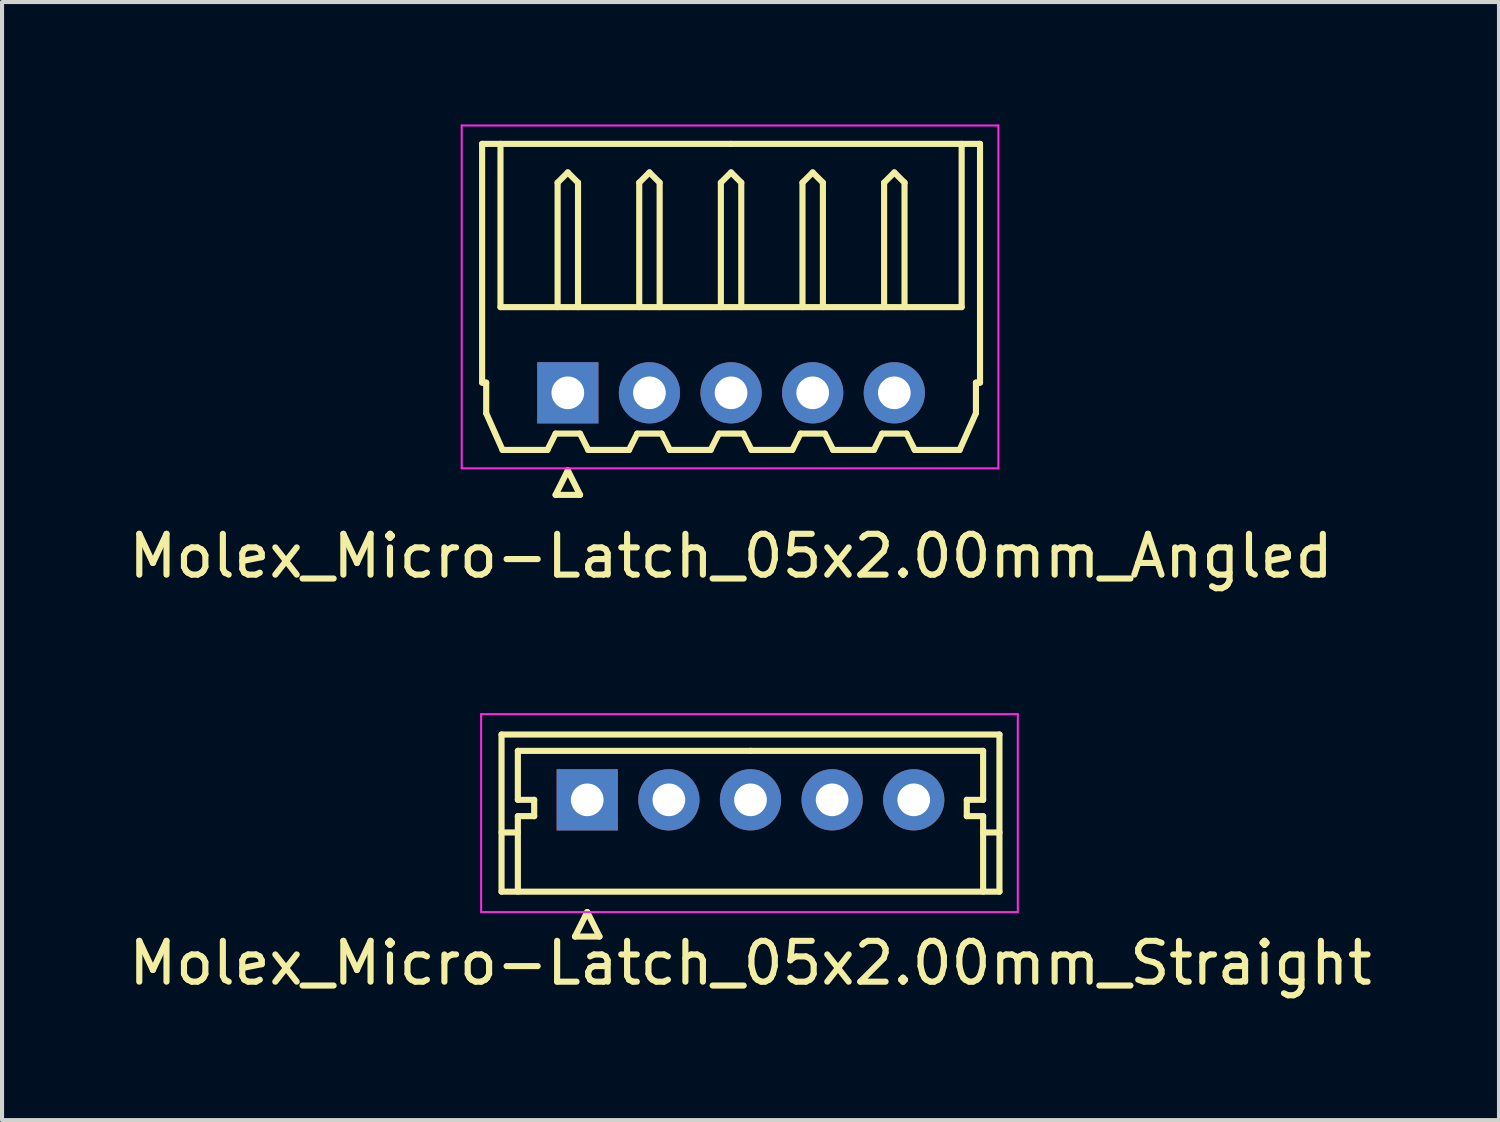
<source format=kicad_pcb>
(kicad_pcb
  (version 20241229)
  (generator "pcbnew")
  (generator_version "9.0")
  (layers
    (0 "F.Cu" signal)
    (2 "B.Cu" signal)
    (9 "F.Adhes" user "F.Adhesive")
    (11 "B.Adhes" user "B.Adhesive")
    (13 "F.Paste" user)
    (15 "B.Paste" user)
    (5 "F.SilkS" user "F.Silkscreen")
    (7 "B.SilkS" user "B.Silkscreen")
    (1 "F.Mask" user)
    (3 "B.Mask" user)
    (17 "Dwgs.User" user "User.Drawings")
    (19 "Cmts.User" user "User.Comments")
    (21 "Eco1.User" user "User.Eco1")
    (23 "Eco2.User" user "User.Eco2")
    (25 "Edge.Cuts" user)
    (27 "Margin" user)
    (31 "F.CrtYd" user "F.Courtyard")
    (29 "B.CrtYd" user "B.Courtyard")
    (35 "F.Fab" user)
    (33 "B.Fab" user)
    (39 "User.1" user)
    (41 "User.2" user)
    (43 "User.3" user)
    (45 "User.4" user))
  (footprint "Molex_Micro-Latch_05x2.00mm_Angled"
    (layer "F.Cu")
    (at 10.863 6.575)
    (property "Reference" "Molex_Micro-Latch_05x2.00mm_Angled" (at 4 4 0) (layer "F.SilkS") (effects (font (size 1 1) (thickness 0.15))))
    (attr through_hole)
    (fp_line (start -2.1 -6.1) (end 4 -6.1) (stroke (width 0.15) (type solid)) (layer "F.SilkS"))
    (fp_line (start -2.1 -0.25) (end -2.1 -6.1) (stroke (width 0.15) (type solid)) (layer "F.SilkS"))
    (fp_line (start -2 -0.25) (end -2.1 -0.25) (stroke (width 0.15) (type solid)) (layer "F.SilkS"))
    (fp_line (start -2 0.5) (end -2 -0.25) (stroke (width 0.15) (type solid)) (layer "F.SilkS"))
    (fp_line (start -1.65 -6.1) (end -1.65 -2.1) (stroke (width 0.15) (type solid)) (layer "F.SilkS"))
    (fp_line (start -1.65 -2.1) (end 9.65 -2.1) (stroke (width 0.15) (type solid)) (layer "F.SilkS"))
    (fp_line (start -1.6 1.4) (end -2 0.5) (stroke (width 0.15) (type solid)) (layer "F.SilkS"))
    (fp_line (start -0.5 1.4) (end -1.6 1.4) (stroke (width 0.15) (type solid)) (layer "F.SilkS"))
    (fp_line (start -0.3 1) (end -0.5 1.4) (stroke (width 0.15) (type solid)) (layer "F.SilkS"))
    (fp_line (start -0.3 1) (end 0.3 1) (stroke (width 0.15) (type solid)) (layer "F.SilkS"))
    (fp_line (start -0.3 2.5) (end 0.3 2.5) (stroke (width 0.15) (type solid)) (layer "F.SilkS"))
    (fp_line (start -0.25 -5.15) (end 0 -5.4) (stroke (width 0.15) (type solid)) (layer "F.SilkS"))
    (fp_line (start -0.25 -2.1) (end -0.25 -5.15) (stroke (width 0.15) (type solid)) (layer "F.SilkS"))
    (fp_line (start 0 -5.4) (end 0.25 -5.15) (stroke (width 0.15) (type solid)) (layer "F.SilkS"))
    (fp_line (start 0 1.9) (end -0.3 2.5) (stroke (width 0.15) (type solid)) (layer "F.SilkS"))
    (fp_line (start 0.25 -5.15) (end 0.25 -2.1) (stroke (width 0.15) (type solid)) (layer "F.SilkS"))
    (fp_line (start 0.3 1) (end 0.5 1.4) (stroke (width 0.15) (type solid)) (layer "F.SilkS"))
    (fp_line (start 0.3 2.5) (end 0 1.9) (stroke (width 0.15) (type solid)) (layer "F.SilkS"))
    (fp_line (start 0.5 1.4) (end 1.5 1.4) (stroke (width 0.15) (type solid)) (layer "F.SilkS"))
    (fp_line (start 1.5 1.4) (end 1.7 1) (stroke (width 0.15) (type solid)) (layer "F.SilkS"))
    (fp_line (start 1.7 1) (end 2.3 1) (stroke (width 0.15) (type solid)) (layer "F.SilkS"))
    (fp_line (start 1.75 -5.15) (end 2 -5.4) (stroke (width 0.15) (type solid)) (layer "F.SilkS"))
    (fp_line (start 1.75 -2.1) (end 1.75 -5.15) (stroke (width 0.15) (type solid)) (layer "F.SilkS"))
    (fp_line (start 2 -5.4) (end 2.25 -5.15) (stroke (width 0.15) (type solid)) (layer "F.SilkS"))
    (fp_line (start 2.25 -5.15) (end 2.25 -2.1) (stroke (width 0.15) (type solid)) (layer "F.SilkS"))
    (fp_line (start 2.3 1) (end 2.5 1.4) (stroke (width 0.15) (type solid)) (layer "F.SilkS"))
    (fp_line (start 2.5 1.4) (end 3.5 1.4) (stroke (width 0.15) (type solid)) (layer "F.SilkS"))
    (fp_line (start 3.5 1.4) (end 3.7 1) (stroke (width 0.15) (type solid)) (layer "F.SilkS"))
    (fp_line (start 3.7 1) (end 4.3 1) (stroke (width 0.15) (type solid)) (layer "F.SilkS"))
    (fp_line (start 3.75 -5.15) (end 4 -5.4) (stroke (width 0.15) (type solid)) (layer "F.SilkS"))
    (fp_line (start 3.75 -2.1) (end 3.75 -5.15) (stroke (width 0.15) (type solid)) (layer "F.SilkS"))
    (fp_line (start 4 -5.4) (end 4.25 -5.15) (stroke (width 0.15) (type solid)) (layer "F.SilkS"))
    (fp_line (start 4.25 -5.15) (end 4.25 -2.1) (stroke (width 0.15) (type solid)) (layer "F.SilkS"))
    (fp_line (start 4.3 1) (end 4.5 1.4) (stroke (width 0.15) (type solid)) (layer "F.SilkS"))
    (fp_line (start 4.5 1.4) (end 5.5 1.4) (stroke (width 0.15) (type solid)) (layer "F.SilkS"))
    (fp_line (start 5.5 1.4) (end 5.7 1) (stroke (width 0.15) (type solid)) (layer "F.SilkS"))
    (fp_line (start 5.7 1) (end 6.3 1) (stroke (width 0.15) (type solid)) (layer "F.SilkS"))
    (fp_line (start 5.75 -5.15) (end 6 -5.4) (stroke (width 0.15) (type solid)) (layer "F.SilkS"))
    (fp_line (start 5.75 -2.1) (end 5.75 -5.15) (stroke (width 0.15) (type solid)) (layer "F.SilkS"))
    (fp_line (start 6 -5.4) (end 6.25 -5.15) (stroke (width 0.15) (type solid)) (layer "F.SilkS"))
    (fp_line (start 6.25 -5.15) (end 6.25 -2.1) (stroke (width 0.15) (type solid)) (layer "F.SilkS"))
    (fp_line (start 6.3 1) (end 6.5 1.4) (stroke (width 0.15) (type solid)) (layer "F.SilkS"))
    (fp_line (start 6.5 1.4) (end 7.5 1.4) (stroke (width 0.15) (type solid)) (layer "F.SilkS"))
    (fp_line (start 7.5 1.4) (end 7.7 1) (stroke (width 0.15) (type solid)) (layer "F.SilkS"))
    (fp_line (start 7.7 1) (end 8.3 1) (stroke (width 0.15) (type solid)) (layer "F.SilkS"))
    (fp_line (start 7.75 -5.15) (end 8 -5.4) (stroke (width 0.15) (type solid)) (layer "F.SilkS"))
    (fp_line (start 7.75 -2.1) (end 7.75 -5.15) (stroke (width 0.15) (type solid)) (layer "F.SilkS"))
    (fp_line (start 8 -5.4) (end 8.25 -5.15) (stroke (width 0.15) (type solid)) (layer "F.SilkS"))
    (fp_line (start 8.25 -5.15) (end 8.25 -2.1) (stroke (width 0.15) (type solid)) (layer "F.SilkS"))
    (fp_line (start 8.3 1) (end 8.5 1.4) (stroke (width 0.15) (type solid)) (layer "F.SilkS"))
    (fp_line (start 8.5 1.4) (end 9.6 1.4) (stroke (width 0.15) (type solid)) (layer "F.SilkS"))
    (fp_line (start 9.6 1.4) (end 10 0.5) (stroke (width 0.15) (type solid)) (layer "F.SilkS"))
    (fp_line (start 9.65 -2.1) (end 9.65 -6.1) (stroke (width 0.15) (type solid)) (layer "F.SilkS"))
    (fp_line (start 10 -0.25) (end 10.1 -0.25) (stroke (width 0.15) (type solid)) (layer "F.SilkS"))
    (fp_line (start 10 0.5) (end 10 -0.25) (stroke (width 0.15) (type solid)) (layer "F.SilkS"))
    (fp_line (start 10.1 -6.1) (end 4 -6.1) (stroke (width 0.15) (type solid)) (layer "F.SilkS"))
    (fp_line (start 10.1 -0.25) (end 10.1 -6.1) (stroke (width 0.15) (type solid)) (layer "F.SilkS"))
    (fp_line (start -2.6 -6.55) (end -2.6 1.85) (stroke (width 0.05) (type solid)) (layer "F.CrtYd"))
    (fp_line (start -2.6 1.85) (end 10.55 1.85) (stroke (width 0.05) (type solid)) (layer "F.CrtYd"))
    (fp_line (start 10.55 -6.55) (end -2.6 -6.55) (stroke (width 0.05) (type solid)) (layer "F.CrtYd"))
    (fp_line (start 10.55 1.85) (end 10.55 -6.55) (stroke (width 0.05) (type solid)) (layer "F.CrtYd"))
    (pad "1" thru_hole rect (at 0 0) (size 1.5 1.5) (drill 0.8) (layers "*.Cu" "*.Mask"))
    (pad "2" thru_hole circle (at 2 0) (size 1.5 1.5) (drill 0.8) (layers "*.Cu" "*.Mask"))
    (pad "3" thru_hole circle (at 4 0) (size 1.5 1.5) (drill 0.8) (layers "*.Cu" "*.Mask"))
    (pad "4" thru_hole circle (at 6 0) (size 1.5 1.5) (drill 0.8) (layers "*.Cu" "*.Mask"))
    (pad "5" thru_hole circle (at 8 0) (size 1.5 1.5) (drill 0.8) (layers "*.Cu" "*.Mask")))
  (footprint "Molex_Micro-Latch_05x2.00mm_Straight"
    (layer "F.Cu")
    (at 11.339 16.548)
    (property "Reference" "Molex_Micro-Latch_05x2.00mm_Straight" (at 4 4 0) (layer "F.SilkS") (effects (font (size 1 1) (thickness 0.15))))
    (attr through_hole)
    (fp_line (start -2.1 -1.6) (end -2.1 2.25) (stroke (width 0.15) (type solid)) (layer "F.SilkS"))
    (fp_line (start -2.1 0.8) (end -1.7 0.8) (stroke (width 0.15) (type solid)) (layer "F.SilkS"))
    (fp_line (start -2.1 2.25) (end 10.1 2.25) (stroke (width 0.15) (type solid)) (layer "F.SilkS"))
    (fp_line (start -1.7 -1.2) (end -1.7 0) (stroke (width 0.15) (type solid)) (layer "F.SilkS"))
    (fp_line (start -1.7 0) (end -1.3 0) (stroke (width 0.15) (type solid)) (layer "F.SilkS"))
    (fp_line (start -1.7 0.4) (end -1.7 2.25) (stroke (width 0.15) (type solid)) (layer "F.SilkS"))
    (fp_line (start -1.3 0) (end -1.3 0.4) (stroke (width 0.15) (type solid)) (layer "F.SilkS"))
    (fp_line (start -1.3 0.4) (end -1.7 0.4) (stroke (width 0.15) (type solid)) (layer "F.SilkS"))
    (fp_line (start -0.3 3.35) (end 0.3 3.35) (stroke (width 0.15) (type solid)) (layer "F.SilkS"))
    (fp_line (start 0 2.75) (end -0.3 3.35) (stroke (width 0.15) (type solid)) (layer "F.SilkS"))
    (fp_line (start 0.3 3.35) (end 0 2.75) (stroke (width 0.15) (type solid)) (layer "F.SilkS"))
    (fp_line (start 4 -1.2) (end -1.7 -1.2) (stroke (width 0.15) (type solid)) (layer "F.SilkS"))
    (fp_line (start 4 -1.2) (end 9.7 -1.2) (stroke (width 0.15) (type solid)) (layer "F.SilkS"))
    (fp_line (start 9.3 0) (end 9.3 0.4) (stroke (width 0.15) (type solid)) (layer "F.SilkS"))
    (fp_line (start 9.3 0.4) (end 9.7 0.4) (stroke (width 0.15) (type solid)) (layer "F.SilkS"))
    (fp_line (start 9.7 -1.2) (end 9.7 0) (stroke (width 0.15) (type solid)) (layer "F.SilkS"))
    (fp_line (start 9.7 0) (end 9.3 0) (stroke (width 0.15) (type solid)) (layer "F.SilkS"))
    (fp_line (start 9.7 0.4) (end 9.7 2.25) (stroke (width 0.15) (type solid)) (layer "F.SilkS"))
    (fp_line (start 10.1 -1.6) (end -2.1 -1.6) (stroke (width 0.15) (type solid)) (layer "F.SilkS"))
    (fp_line (start 10.1 0.8) (end 9.7 0.8) (stroke (width 0.15) (type solid)) (layer "F.SilkS"))
    (fp_line (start 10.1 2.25) (end 10.1 -1.6) (stroke (width 0.15) (type solid)) (layer "F.SilkS"))
    (fp_line (start -2.6 -2.1) (end -2.6 2.75) (stroke (width 0.05) (type solid)) (layer "F.CrtYd"))
    (fp_line (start -2.6 2.75) (end 10.55 2.75) (stroke (width 0.05) (type solid)) (layer "F.CrtYd"))
    (fp_line (start 10.55 -2.1) (end -2.6 -2.1) (stroke (width 0.05) (type solid)) (layer "F.CrtYd"))
    (fp_line (start 10.55 2.75) (end 10.55 -2.1) (stroke (width 0.05) (type solid)) (layer "F.CrtYd"))
    (pad "1" thru_hole rect (at 0 0) (size 1.5 1.5) (drill 0.8) (layers "*.Cu" "*.Mask"))
    (pad "2" thru_hole circle (at 2 0) (size 1.5 1.5) (drill 0.8) (layers "*.Cu" "*.Mask"))
    (pad "3" thru_hole circle (at 4 0) (size 1.5 1.5) (drill 0.8) (layers "*.Cu" "*.Mask"))
    (pad "4" thru_hole circle (at 6 0) (size 1.5 1.5) (drill 0.8) (layers "*.Cu" "*.Mask"))
    (pad "5" thru_hole circle (at 8 0) (size 1.5 1.5) (drill 0.8) (layers "*.Cu" "*.Mask")))
  (gr_rect
    (start -3 -3)
    (end 33.679 24.396)
    (stroke (width 0.1) (type default))
    (fill no)
    (layer "Edge.Cuts")))
</source>
